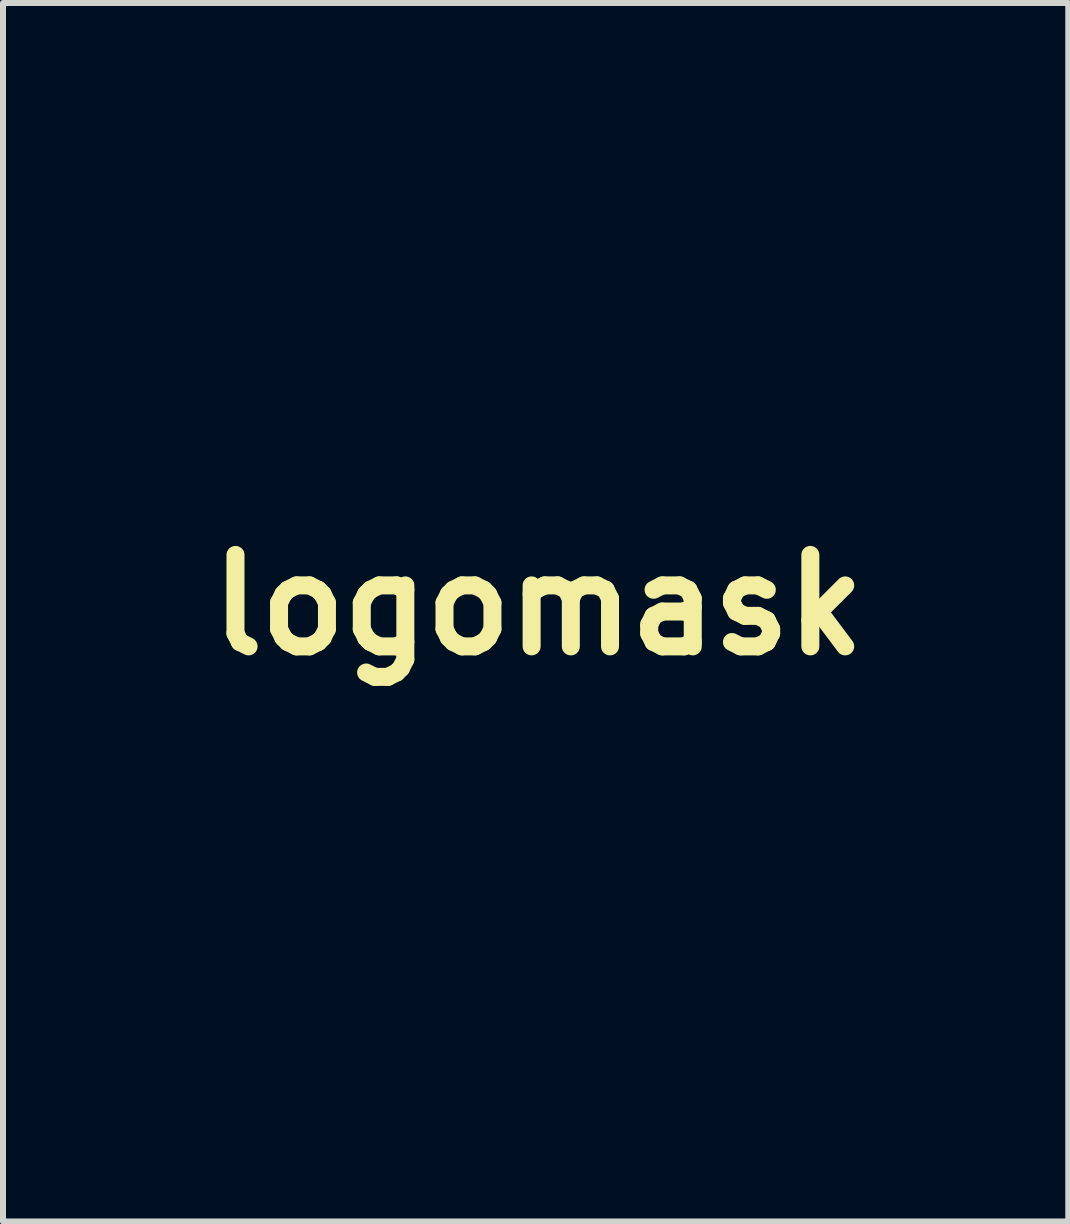
<source format=kicad_pcb>
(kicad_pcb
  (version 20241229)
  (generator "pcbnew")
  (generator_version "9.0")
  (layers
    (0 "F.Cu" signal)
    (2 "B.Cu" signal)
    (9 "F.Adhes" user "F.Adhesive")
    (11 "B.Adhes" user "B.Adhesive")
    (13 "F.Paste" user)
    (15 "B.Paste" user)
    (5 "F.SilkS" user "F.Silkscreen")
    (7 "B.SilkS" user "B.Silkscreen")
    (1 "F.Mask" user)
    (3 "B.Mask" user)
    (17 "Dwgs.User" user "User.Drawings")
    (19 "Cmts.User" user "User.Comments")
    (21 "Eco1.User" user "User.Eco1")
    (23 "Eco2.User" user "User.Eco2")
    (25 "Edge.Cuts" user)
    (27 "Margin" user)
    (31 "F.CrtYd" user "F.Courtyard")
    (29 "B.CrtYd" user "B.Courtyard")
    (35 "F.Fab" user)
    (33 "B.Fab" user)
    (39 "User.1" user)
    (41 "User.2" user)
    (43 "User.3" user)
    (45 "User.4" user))
  (footprint "logomask"
    (layer "F.Cu")
    (at 5.918 7.032)
    (property "Reference" "logomask" (at 0 0 0) (layer "F.SilkS") (effects (font (size 1.524 1.524) (thickness 0.3))))
    (attr through_hole)
    (fp_poly (pts (xy -5.673 -4.614) (xy -5.715 -4.572) (xy -5.757 -4.614) (xy -5.715 -4.657) (xy -5.673 -4.614)) (stroke (width 0.01) (type solid)) (fill yes) (layer "F.Mask"))
    (fp_poly (pts (xy -5.588 -4.784) (xy -5.63 -4.741) (xy -5.673 -4.784) (xy -5.63 -4.826) (xy -5.588 -4.784)) (stroke (width 0.01) (type solid)) (fill yes) (layer "F.Mask"))
    (fp_poly (pts (xy -5.249 -0.296) (xy -5.292 -0.254) (xy -5.334 -0.296) (xy -5.292 -0.339) (xy -5.249 -0.296)) (stroke (width 0.01) (type solid)) (fill yes) (layer "F.Mask"))
    (fp_poly (pts (xy -4.572 -1.058) (xy -4.614 -1.016) (xy -4.657 -1.058) (xy -4.614 -1.101) (xy -4.572 -1.058)) (stroke (width 0.01) (type solid)) (fill yes) (layer "F.Mask"))
    (fp_poly (pts (xy -3.81 4.53) (xy -3.852 4.572) (xy -3.895 4.53) (xy -3.852 4.487) (xy -3.81 4.53)) (stroke (width 0.01) (type solid)) (fill yes) (layer "F.Mask"))
    (fp_poly (pts (xy -3.725 4.699) (xy -3.768 4.741) (xy -3.81 4.699) (xy -3.768 4.657) (xy -3.725 4.699)) (stroke (width 0.01) (type solid)) (fill yes) (layer "F.Mask"))
    (fp_poly (pts (xy -1.439 3.598) (xy -1.482 3.641) (xy -1.524 3.598) (xy -1.482 3.556) (xy -1.439 3.598)) (stroke (width 0.01) (type solid)) (fill yes) (layer "F.Mask"))
    (fp_poly (pts (xy -0.762 -4.36) (xy -0.804 -4.318) (xy -0.847 -4.36) (xy -0.804 -4.403) (xy -0.762 -4.36)) (stroke (width 0.01) (type solid)) (fill yes) (layer "F.Mask"))
    (fp_poly (pts (xy -0.677 -4.191) (xy -0.72 -4.149) (xy -0.762 -4.191) (xy -0.72 -4.233) (xy -0.677 -4.191)) (stroke (width 0.01) (type solid)) (fill yes) (layer "F.Mask"))
    (fp_poly (pts (xy 0.085 3.26) (xy 0.042 3.302) (xy 0 3.26) (xy 0.042 3.217) (xy 0.085 3.26)) (stroke (width 0.01) (type solid)) (fill yes) (layer "F.Mask"))
    (fp_poly (pts (xy 0.169 -6.138) (xy 0.127 -6.096) (xy 0.085 -6.138) (xy 0.127 -6.181) (xy 0.169 -6.138)) (stroke (width 0.01) (type solid)) (fill yes) (layer "F.Mask"))
    (fp_poly (pts (xy 1.27 -2.159) (xy 1.228 -2.117) (xy 1.185 -2.159) (xy 1.228 -2.201) (xy 1.27 -2.159)) (stroke (width 0.01) (type solid)) (fill yes) (layer "F.Mask"))
    (fp_poly (pts (xy 1.439 -2.074) (xy 1.397 -2.032) (xy 1.355 -2.074) (xy 1.397 -2.117) (xy 1.439 -2.074)) (stroke (width 0.01) (type solid)) (fill yes) (layer "F.Mask"))
    (fp_poly (pts (xy 3.471 -0.127) (xy 3.429 -0.085) (xy 3.387 -0.127) (xy 3.429 -0.169) (xy 3.471 -0.127)) (stroke (width 0.01) (type solid)) (fill yes) (layer "F.Mask"))
    (fp_poly (pts (xy 3.641 -4.699) (xy 3.598 -4.657) (xy 3.556 -4.699) (xy 3.598 -4.741) (xy 3.641 -4.699)) (stroke (width 0.01) (type solid)) (fill yes) (layer "F.Mask"))
    (fp_poly (pts (xy 5.249 -0.296) (xy 5.207 -0.254) (xy 5.165 -0.296) (xy 5.207 -0.339) (xy 5.249 -0.296)) (stroke (width 0.01) (type solid)) (fill yes) (layer "F.Mask"))
    (fp_poly (pts (xy -5.871 -4.17) (xy -5.859 -3.996) (xy -5.871 -3.958) (xy -5.901 -3.948) (xy -5.913 -4.064) (xy -5.9 -4.184) (xy -5.871 -4.17)) (stroke (width 0.01) (type solid)) (fill yes) (layer "F.Mask"))
    (fp_poly (pts (xy -5.871 -3.239) (xy -5.859 -3.065) (xy -5.871 -3.027) (xy -5.901 -3.016) (xy -5.913 -3.133) (xy -5.9 -3.253) (xy -5.871 -3.239)) (stroke (width 0.01) (type solid)) (fill yes) (layer "F.Mask"))
    (fp_poly (pts (xy -5.786 -4.459) (xy -5.775 -4.359) (xy -5.786 -4.346) (xy -5.836 -4.358) (xy -5.842 -4.403) (xy -5.811 -4.472) (xy -5.786 -4.459)) (stroke (width 0.01) (type solid)) (fill yes) (layer "F.Mask"))
    (fp_poly (pts (xy -5.786 1.298) (xy -5.775 1.399) (xy -5.786 1.411) (xy -5.836 1.399) (xy -5.842 1.355) (xy -5.811 1.285) (xy -5.786 1.298)) (stroke (width 0.01) (type solid)) (fill yes) (layer "F.Mask"))
    (fp_poly (pts (xy -5.701 1.552) (xy -5.691 1.653) (xy -5.701 1.665) (xy -5.751 1.653) (xy -5.757 1.609) (xy -5.726 1.539) (xy -5.701 1.552)) (stroke (width 0.01) (type solid)) (fill yes) (layer "F.Mask"))
    (fp_poly (pts (xy -5.362 -0.141) (xy -5.352 -0.041) (xy -5.362 -0.028) (xy -5.413 -0.04) (xy -5.419 -0.085) (xy -5.388 -0.154) (xy -5.362 -0.141)) (stroke (width 0.01) (type solid)) (fill yes) (layer "F.Mask"))
    (fp_poly (pts (xy -5.361 1.085) (xy -5.351 1.217) (xy -5.368 1.247) (xy -5.406 1.222) (xy -5.412 1.136) (xy -5.391 1.046) (xy -5.361 1.085)) (stroke (width 0.01) (type solid)) (fill yes) (layer "F.Mask"))
    (fp_poly (pts (xy -4.855 0.572) (xy -4.843 0.745) (xy -4.855 0.783) (xy -4.885 0.794) (xy -4.897 0.677) (xy -4.884 0.557) (xy -4.855 0.572)) (stroke (width 0.01) (type solid)) (fill yes) (layer "F.Mask"))
    (fp_poly (pts (xy -4.77 1.044) (xy -4.759 1.145) (xy -4.77 1.157) (xy -4.82 1.145) (xy -4.826 1.101) (xy -4.795 1.031) (xy -4.77 1.044)) (stroke (width 0.01) (type solid)) (fill yes) (layer "F.Mask"))
    (fp_poly (pts (xy -4.764 -1.152) (xy -4.79 -1.113) (xy -4.875 -1.107) (xy -4.966 -1.128) (xy -4.927 -1.159) (xy -4.794 -1.169) (xy -4.764 -1.152)) (stroke (width 0.01) (type solid)) (fill yes) (layer "F.Mask"))
    (fp_poly (pts (xy -4.6 -1.326) (xy -4.59 -1.226) (xy -4.6 -1.214) (xy -4.651 -1.225) (xy -4.657 -1.27) (xy -4.626 -1.34) (xy -4.6 -1.326)) (stroke (width 0.01) (type solid)) (fill yes) (layer "F.Mask"))
    (fp_poly (pts (xy -4.262 -3.747) (xy -4.251 -3.573) (xy -4.262 -3.535) (xy -4.293 -3.524) (xy -4.305 -3.641) (xy -4.291 -3.761) (xy -4.262 -3.747)) (stroke (width 0.01) (type solid)) (fill yes) (layer "F.Mask"))
    (fp_poly (pts (xy -4.262 3.111) (xy -4.251 3.285) (xy -4.262 3.323) (xy -4.293 3.334) (xy -4.305 3.217) (xy -4.291 3.097) (xy -4.262 3.111)) (stroke (width 0.01) (type solid)) (fill yes) (layer "F.Mask"))
    (fp_poly (pts (xy -4.177 3.5) (xy -4.167 3.6) (xy -4.177 3.612) (xy -4.227 3.601) (xy -4.233 3.556) (xy -4.202 3.486) (xy -4.177 3.5)) (stroke (width 0.01) (type solid)) (fill yes) (layer "F.Mask"))
    (fp_poly (pts (xy -4.092 -5.983) (xy -4.104 -5.933) (xy -4.149 -5.927) (xy -4.218 -5.958) (xy -4.205 -5.983) (xy -4.105 -5.993) (xy -4.092 -5.983)) (stroke (width 0.01) (type solid)) (fill yes) (layer "F.Mask"))
    (fp_poly (pts (xy -4.091 3.794) (xy -4.081 3.926) (xy -4.098 3.956) (xy -4.136 3.931) (xy -4.142 3.845) (xy -4.121 3.755) (xy -4.091 3.794)) (stroke (width 0.01) (type solid)) (fill yes) (layer "F.Mask"))
    (fp_poly (pts (xy -3.837 2.947) (xy -3.827 3.08) (xy -3.844 3.11) (xy -3.882 3.084) (xy -3.888 2.999) (xy -3.867 2.908) (xy -3.837 2.947)) (stroke (width 0.01) (type solid)) (fill yes) (layer "F.Mask"))
    (fp_poly (pts (xy -3.752 3.286) (xy -3.742 3.418) (xy -3.759 3.448) (xy -3.797 3.423) (xy -3.803 3.337) (xy -3.783 3.247) (xy -3.752 3.286)) (stroke (width 0.01) (type solid)) (fill yes) (layer "F.Mask"))
    (fp_poly (pts (xy -3.331 0.572) (xy -3.319 0.745) (xy -3.331 0.783) (xy -3.361 0.794) (xy -3.373 0.677) (xy -3.36 0.557) (xy -3.331 0.572)) (stroke (width 0.01) (type solid)) (fill yes) (layer "F.Mask"))
    (fp_poly (pts (xy -3.246 0.282) (xy -3.235 0.383) (xy -3.246 0.395) (xy -3.296 0.383) (xy -3.302 0.339) (xy -3.271 0.269) (xy -3.246 0.282)) (stroke (width 0.01) (type solid)) (fill yes) (layer "F.Mask"))
    (fp_poly (pts (xy -2.265 -0.733) (xy -2.254 -0.703) (xy -2.371 -0.691) (xy -2.491 -0.704) (xy -2.477 -0.733) (xy -2.303 -0.745) (xy -2.265 -0.733)) (stroke (width 0.01) (type solid)) (fill yes) (layer "F.Mask"))
    (fp_poly (pts (xy -1.214 3.5) (xy -1.225 3.55) (xy -1.27 3.556) (xy -1.34 3.525) (xy -1.326 3.5) (xy -1.226 3.489) (xy -1.214 3.5)) (stroke (width 0.01) (type solid)) (fill yes) (layer "F.Mask"))
    (fp_poly (pts (xy -0.96 3.415) (xy -0.971 3.465) (xy -1.016 3.471) (xy -1.086 3.44) (xy -1.072 3.415) (xy -0.972 3.405) (xy -0.96 3.415)) (stroke (width 0.01) (type solid)) (fill yes) (layer "F.Mask"))
    (fp_poly (pts (xy -0.875 7.14) (xy -0.887 7.191) (xy -0.931 7.197) (xy -1.001 7.166) (xy -0.988 7.14) (xy -0.887 7.13) (xy -0.875 7.14)) (stroke (width 0.01) (type solid)) (fill yes) (layer "F.Mask"))
    (fp_poly (pts (xy -0.789 1.423) (xy -0.779 1.556) (xy -0.796 1.586) (xy -0.834 1.56) (xy -0.84 1.475) (xy -0.819 1.384) (xy -0.789 1.423)) (stroke (width 0.01) (type solid)) (fill yes) (layer "F.Mask"))
    (fp_poly (pts (xy -0.706 1.757) (xy -0.695 1.93) (xy -0.706 1.968) (xy -0.737 1.979) (xy -0.749 1.863) (xy -0.735 1.742) (xy -0.706 1.757)) (stroke (width 0.01) (type solid)) (fill yes) (layer "F.Mask"))
    (fp_poly (pts (xy -0.619 -3.995) (xy -0.609 -3.863) (xy -0.626 -3.833) (xy -0.665 -3.858) (xy -0.671 -3.944) (xy -0.65 -4.034) (xy -0.619 -3.995)) (stroke (width 0.01) (type solid)) (fill yes) (layer "F.Mask"))
    (fp_poly (pts (xy -0.487 7.225) (xy -0.476 7.256) (xy -0.593 7.268) (xy -0.713 7.255) (xy -0.699 7.225) (xy -0.525 7.214) (xy -0.487 7.225)) (stroke (width 0.01) (type solid)) (fill yes) (layer "F.Mask"))
    (fp_poly (pts (xy 0.614 7.225) (xy 0.624 7.256) (xy 0.508 7.268) (xy 0.388 7.255) (xy 0.402 7.225) (xy 0.576 7.214) (xy 0.614 7.225)) (stroke (width 0.01) (type solid)) (fill yes) (layer "F.Mask"))
    (fp_poly (pts (xy 0.654 6.722) (xy 0.629 6.761) (xy 0.543 6.767) (xy 0.453 6.746) (xy 0.492 6.715) (xy 0.624 6.705) (xy 0.654 6.722)) (stroke (width 0.01) (type solid)) (fill yes) (layer "F.Mask"))
    (fp_poly (pts (xy 0.903 7.14) (xy 0.891 7.191) (xy 0.847 7.197) (xy 0.777 7.166) (xy 0.79 7.14) (xy 0.891 7.13) (xy 0.903 7.14)) (stroke (width 0.01) (type solid)) (fill yes) (layer "F.Mask"))
    (fp_poly (pts (xy 1.247 3.42) (xy 1.222 3.459) (xy 1.136 3.465) (xy 1.046 3.444) (xy 1.085 3.413) (xy 1.217 3.403) (xy 1.247 3.42)) (stroke (width 0.01) (type solid)) (fill yes) (layer "F.Mask"))
    (fp_poly (pts (xy 1.665 -2.004) (xy 1.653 -1.953) (xy 1.609 -1.947) (xy 1.539 -1.978) (xy 1.552 -2.004) (xy 1.653 -2.014) (xy 1.665 -2.004)) (stroke (width 0.01) (type solid)) (fill yes) (layer "F.Mask"))
    (fp_poly (pts (xy 2.596 -5.56) (xy 2.585 -5.509) (xy 2.54 -5.503) (xy 2.47 -5.534) (xy 2.484 -5.56) (xy 2.584 -5.57) (xy 2.596 -5.56)) (stroke (width 0.01) (type solid)) (fill yes) (layer "F.Mask"))
    (fp_poly (pts (xy 2.686 -0.813) (xy 2.661 -0.775) (xy 2.575 -0.769) (xy 2.485 -0.789) (xy 2.524 -0.82) (xy 2.656 -0.83) (xy 2.686 -0.813)) (stroke (width 0.01) (type solid)) (fill yes) (layer "F.Mask"))
    (fp_poly (pts (xy 3.527 0.572) (xy 3.539 0.745) (xy 3.527 0.783) (xy 3.497 0.794) (xy 3.485 0.677) (xy 3.498 0.557) (xy 3.527 0.572)) (stroke (width 0.01) (type solid)) (fill yes) (layer "F.Mask"))
    (fp_poly (pts (xy 3.528 3.838) (xy 3.538 3.939) (xy 3.528 3.951) (xy 3.477 3.939) (xy 3.471 3.895) (xy 3.502 3.825) (xy 3.528 3.838)) (stroke (width 0.01) (type solid)) (fill yes) (layer "F.Mask"))
    (fp_poly (pts (xy 3.529 0.069) (xy 3.539 0.201) (xy 3.522 0.231) (xy 3.484 0.206) (xy 3.478 0.12) (xy 3.499 0.03) (xy 3.529 0.069)) (stroke (width 0.01) (type solid)) (fill yes) (layer "F.Mask"))
    (fp_poly (pts (xy 3.612 3.584) (xy 3.623 3.685) (xy 3.612 3.697) (xy 3.562 3.685) (xy 3.556 3.641) (xy 3.587 3.571) (xy 3.612 3.584)) (stroke (width 0.01) (type solid)) (fill yes) (layer "F.Mask"))
    (fp_poly (pts (xy 3.699 3.286) (xy 3.709 3.418) (xy 3.692 3.448) (xy 3.653 3.423) (xy 3.647 3.337) (xy 3.668 3.247) (xy 3.699 3.286)) (stroke (width 0.01) (type solid)) (fill yes) (layer "F.Mask"))
    (fp_poly (pts (xy 3.783 2.947) (xy 3.793 3.08) (xy 3.776 3.11) (xy 3.738 3.084) (xy 3.732 2.999) (xy 3.753 2.908) (xy 3.783 2.947)) (stroke (width 0.01) (type solid)) (fill yes) (layer "F.Mask"))
    (fp_poly (pts (xy 3.831 -1.834) (xy 3.842 -1.803) (xy 3.725 -1.791) (xy 3.605 -1.805) (xy 3.619 -1.834) (xy 3.793 -1.845) (xy 3.831 -1.834)) (stroke (width 0.01) (type solid)) (fill yes) (layer "F.Mask"))
    (fp_poly (pts (xy 3.953 -0.693) (xy 3.963 -0.561) (xy 3.946 -0.531) (xy 3.907 -0.556) (xy 3.901 -0.642) (xy 3.922 -0.732) (xy 3.953 -0.693)) (stroke (width 0.01) (type solid)) (fill yes) (layer "F.Mask"))
    (fp_poly (pts (xy 4.12 3.5) (xy 4.131 3.6) (xy 4.12 3.612) (xy 4.07 3.601) (xy 4.064 3.556) (xy 4.095 3.486) (xy 4.12 3.5)) (stroke (width 0.01) (type solid)) (fill yes) (layer "F.Mask"))
    (fp_poly (pts (xy 4.205 3.111) (xy 4.216 3.285) (xy 4.205 3.323) (xy 4.174 3.334) (xy 4.162 3.217) (xy 4.175 3.097) (xy 4.205 3.111)) (stroke (width 0.01) (type solid)) (fill yes) (layer "F.Mask"))
    (fp_poly (pts (xy 4.715 0.661) (xy 4.725 0.794) (xy 4.708 0.824) (xy 4.669 0.798) (xy 4.663 0.713) (xy 4.684 0.622) (xy 4.715 0.661)) (stroke (width 0.01) (type solid)) (fill yes) (layer "F.Mask"))
    (fp_poly (pts (xy 4.888 -1.152) (xy 4.862 -1.113) (xy 4.777 -1.107) (xy 4.686 -1.128) (xy 4.725 -1.159) (xy 4.858 -1.169) (xy 4.888 -1.152)) (stroke (width 0.01) (type solid)) (fill yes) (layer "F.Mask"))
    (fp_poly (pts (xy 5.306 -0.141) (xy 5.316 -0.041) (xy 5.306 -0.028) (xy 5.255 -0.04) (xy 5.249 -0.085) (xy 5.28 -0.154) (xy 5.306 -0.141)) (stroke (width 0.01) (type solid)) (fill yes) (layer "F.Mask"))
    (fp_poly (pts (xy 5.307 1.085) (xy 5.317 1.217) (xy 5.3 1.247) (xy 5.262 1.222) (xy 5.256 1.136) (xy 5.277 1.046) (xy 5.307 1.085)) (stroke (width 0.01) (type solid)) (fill yes) (layer "F.Mask"))
    (fp_poly (pts (xy 5.644 1.552) (xy 5.655 1.653) (xy 5.644 1.665) (xy 5.594 1.653) (xy 5.588 1.609) (xy 5.619 1.539) (xy 5.644 1.552)) (stroke (width 0.01) (type solid)) (fill yes) (layer "F.Mask"))
    (fp_poly (pts (xy 5.729 1.298) (xy 5.739 1.399) (xy 5.729 1.411) (xy 5.679 1.399) (xy 5.673 1.355) (xy 5.704 1.285) (xy 5.729 1.298)) (stroke (width 0.01) (type solid)) (fill yes) (layer "F.Mask"))
    (fp_poly (pts (xy -5.591 1.84) (xy -5.559 1.901) (xy -5.537 2.021) (xy -5.594 1.997) (xy -5.634 1.942) (xy -5.66 1.831) (xy -5.649 1.811) (xy -5.591 1.84)) (stroke (width 0.01) (type solid)) (fill yes) (layer "F.Mask"))
    (fp_poly (pts (xy -5.186 -1.744) (xy -5.026 -1.594) (xy -5.003 -1.528) (xy -5.025 -1.524) (xy -5.094 -1.581) (xy -5.215 -1.714) (xy -5.376 -1.905) (xy -5.186 -1.744)) (stroke (width 0.01) (type solid)) (fill yes) (layer "F.Mask"))
    (fp_poly (pts (xy -4.839 -1.49) (xy -4.749 -1.411) (xy -4.741 -1.392) (xy -4.782 -1.357) (xy -4.865 -1.435) (xy -4.876 -1.452) (xy -4.886 -1.51) (xy -4.839 -1.49)) (stroke (width 0.01) (type solid)) (fill yes) (layer "F.Mask"))
    (fp_poly (pts (xy -3.969 4.176) (xy -3.913 4.316) (xy -3.919 4.37) (xy -3.977 4.34) (xy -4.011 4.272) (xy -4.059 4.112) (xy -4.039 4.08) (xy -3.969 4.176)) (stroke (width 0.01) (type solid)) (fill yes) (layer "F.Mask"))
    (fp_poly (pts (xy -3.461 4.176) (xy -3.405 4.316) (xy -3.411 4.37) (xy -3.469 4.34) (xy -3.503 4.272) (xy -3.551 4.112) (xy -3.531 4.08) (xy -3.461 4.176)) (stroke (width 0.01) (type solid)) (fill yes) (layer "F.Mask"))
    (fp_poly (pts (xy -3.305 1.247) (xy -3.273 1.309) (xy -3.251 1.428) (xy -3.308 1.405) (xy -3.348 1.349) (xy -3.374 1.238) (xy -3.363 1.218) (xy -3.305 1.247)) (stroke (width 0.01) (type solid)) (fill yes) (layer "F.Mask"))
    (fp_poly (pts (xy -2.985 2.744) (xy -2.825 2.894) (xy -2.801 2.959) (xy -2.823 2.963) (xy -2.892 2.906) (xy -3.014 2.773) (xy -3.175 2.582) (xy -2.985 2.744)) (stroke (width 0.01) (type solid)) (fill yes) (layer "F.Mask"))
    (fp_poly (pts (xy -2.54 3.023) (xy -2.393 3.08) (xy -2.395 3.122) (xy -2.493 3.133) (xy -2.633 3.086) (xy -2.662 3.056) (xy -2.635 3.013) (xy -2.54 3.023)) (stroke (width 0.01) (type solid)) (fill yes) (layer "F.Mask"))
    (fp_poly (pts (xy -2.045 4.522) (xy -1.955 4.6) (xy -1.947 4.619) (xy -1.988 4.654) (xy -2.071 4.576) (xy -2.082 4.559) (xy -2.092 4.501) (xy -2.045 4.522)) (stroke (width 0.01) (type solid)) (fill yes) (layer "F.Mask"))
    (fp_poly (pts (xy -0.013 -6.4) (xy 0.078 -6.315) (xy 0.059 -6.266) (xy 0.047 -6.265) (xy -0.024 -6.325) (xy -0.05 -6.363) (xy -0.06 -6.421) (xy -0.013 -6.4)) (stroke (width 0.01) (type solid)) (fill yes) (layer "F.Mask"))
    (fp_poly (pts (xy 0.264 -5.899) (xy 0.32 -5.759) (xy 0.315 -5.705) (xy 0.257 -5.735) (xy 0.222 -5.803) (xy 0.174 -5.964) (xy 0.194 -5.996) (xy 0.264 -5.899)) (stroke (width 0.01) (type solid)) (fill yes) (layer "F.Mask"))
    (fp_poly (pts (xy 1.159 -0.463) (xy 1.111 -0.401) (xy 1.04 -0.347) (xy 1.058 -0.432) (xy 1.064 -0.448) (xy 1.131 -0.552) (xy 1.169 -0.553) (xy 1.159 -0.463)) (stroke (width 0.01) (type solid)) (fill yes) (layer "F.Mask"))
    (fp_poly (pts (xy 1.484 -0.746) (xy 1.458 -0.683) (xy 1.379 -0.64) (xy 1.281 -0.615) (xy 1.321 -0.677) (xy 1.332 -0.688) (xy 1.443 -0.755) (xy 1.484 -0.746)) (stroke (width 0.01) (type solid)) (fill yes) (layer "F.Mask"))
    (fp_poly (pts (xy -5.872 -0.076) (xy -5.868 -0.062) (xy -5.856 0.123) (xy -5.871 0.192) (xy -5.899 0.195) (xy -5.91 0.062) (xy -5.91 0.042) (xy -5.898 -0.089) (xy -5.872 -0.076)) (stroke (width 0.01) (type solid)) (fill yes) (layer "F.Mask"))
    (fp_poly (pts (xy -5.868 0.783) (xy -5.855 0.998) (xy -5.868 1.079) (xy -5.893 1.106) (xy -5.906 0.989) (xy -5.907 0.931) (xy -5.898 0.777) (xy -5.876 0.759) (xy -5.868 0.783)) (stroke (width 0.01) (type solid)) (fill yes) (layer "F.Mask"))
    (fp_poly (pts (xy -5.623 -0.631) (xy -5.679 -0.508) (xy -5.781 -0.31) (xy -5.831 -0.255) (xy -5.842 -0.308) (xy -5.794 -0.433) (xy -5.71 -0.555) (xy -5.623 -0.659) (xy -5.623 -0.631)) (stroke (width 0.01) (type solid)) (fill yes) (layer "F.Mask"))
    (fp_poly (pts (xy -5.445 -5.025) (xy -5.461 -4.995) (xy -5.541 -4.914) (xy -5.556 -4.911) (xy -5.561 -4.965) (xy -5.546 -4.995) (xy -5.466 -5.076) (xy -5.451 -5.08) (xy -5.445 -5.025)) (stroke (width 0.01) (type solid)) (fill yes) (layer "F.Mask"))
    (fp_poly (pts (xy -5.443 0.275) (xy -5.429 0.549) (xy -5.443 0.741) (xy -5.461 0.793) (xy -5.474 0.697) (xy -5.478 0.508) (xy -5.473 0.299) (xy -5.459 0.221) (xy -5.443 0.275)) (stroke (width 0.01) (type solid)) (fill yes) (layer "F.Mask"))
    (fp_poly (pts (xy -5.085 -1.096) (xy -5.104 -1.067) (xy -5.224 -0.99) (xy -5.376 -0.901) (xy -5.63 -0.752) (xy -5.43 -0.926) (xy -5.263 -1.049) (xy -5.141 -1.101) (xy -5.085 -1.096)) (stroke (width 0.01) (type solid)) (fill yes) (layer "F.Mask"))
    (fp_poly (pts (xy -4.345 -5.889) (xy -4.403 -5.842) (xy -4.557 -5.77) (xy -4.614 -5.76) (xy -4.629 -5.795) (xy -4.572 -5.842) (xy -4.418 -5.914) (xy -4.36 -5.924) (xy -4.345 -5.889)) (stroke (width 0.01) (type solid)) (fill yes) (layer "F.Mask"))
    (fp_poly (pts (xy -4.264 0.94) (xy -4.259 0.954) (xy -4.247 1.139) (xy -4.262 1.208) (xy -4.29 1.211) (xy -4.302 1.078) (xy -4.301 1.058) (xy -4.289 0.927) (xy -4.264 0.94)) (stroke (width 0.01) (type solid)) (fill yes) (layer "F.Mask"))
    (fp_poly (pts (xy -4.257 -3.027) (xy -4.243 -2.753) (xy -4.257 -2.561) (xy -4.276 -2.509) (xy -4.289 -2.605) (xy -4.293 -2.794) (xy -4.287 -3.003) (xy -4.274 -3.081) (xy -4.257 -3.027)) (stroke (width 0.01) (type solid)) (fill yes) (layer "F.Mask"))
    (fp_poly (pts (xy -4.173 -2.052) (xy -4.16 -1.832) (xy -4.175 -1.714) (xy -4.198 -1.694) (xy -4.211 -1.815) (xy -4.212 -1.905) (xy -4.204 -2.069) (xy -4.185 -2.094) (xy -4.173 -2.052)) (stroke (width 0.01) (type solid)) (fill yes) (layer "F.Mask"))
    (fp_poly (pts (xy -4.089 -1.291) (xy -4.075 -1.044) (xy -4.089 -0.91) (xy -4.11 -0.87) (xy -4.123 -0.976) (xy -4.126 -1.101) (xy -4.119 -1.284) (xy -4.102 -1.334) (xy -4.089 -1.291)) (stroke (width 0.01) (type solid)) (fill yes) (layer "F.Mask"))
    (fp_poly (pts (xy -3.633 3.716) (xy -3.584 3.88) (xy -3.586 3.953) (xy -3.639 3.917) (xy -3.673 3.849) (xy -3.717 3.673) (xy -3.72 3.613) (xy -3.691 3.604) (xy -3.633 3.716)) (stroke (width 0.01) (type solid)) (fill yes) (layer "F.Mask"))
    (fp_poly (pts (xy -3.365 -6.071) (xy -3.325 -6.05) (xy -3.432 -6.037) (xy -3.556 -6.034) (xy -3.739 -6.041) (xy -3.789 -6.058) (xy -3.747 -6.071) (xy -3.5 -6.085) (xy -3.365 -6.071)) (stroke (width 0.01) (type solid)) (fill yes) (layer "F.Mask"))
    (fp_poly (pts (xy -3.061 -0.174) (xy -3.109 -0.017) (xy -3.133 0.042) (xy -3.19 0.138) (xy -3.21 0.085) (xy -3.17 -0.096) (xy -3.133 -0.169) (xy -3.069 -0.236) (xy -3.061 -0.174)) (stroke (width 0.01) (type solid)) (fill yes) (layer "F.Mask"))
    (fp_poly (pts (xy -2.771 -4.966) (xy -2.768 -4.938) (xy -2.901 -4.927) (xy -2.921 -4.927) (xy -3.052 -4.939) (xy -3.04 -4.965) (xy -3.025 -4.969) (xy -2.841 -4.982) (xy -2.771 -4.966)) (stroke (width 0.01) (type solid)) (fill yes) (layer "F.Mask"))
    (fp_poly (pts (xy -2.678 -0.673) (xy -2.713 -0.604) (xy -2.848 -0.488) (xy -2.866 -0.475) (xy -3.09 -0.314) (xy -2.902 -0.512) (xy -2.764 -0.637) (xy -2.681 -0.675) (xy -2.678 -0.673)) (stroke (width 0.01) (type solid)) (fill yes) (layer "F.Mask"))
    (fp_poly (pts (xy -1.925 3.162) (xy -1.922 3.19) (xy -2.054 3.201) (xy -2.074 3.201) (xy -2.206 3.189) (xy -2.193 3.163) (xy -2.179 3.159) (xy -1.994 3.146) (xy -1.925 3.162)) (stroke (width 0.01) (type solid)) (fill yes) (layer "F.Mask"))
    (fp_poly (pts (xy -1.757 6.736) (xy -1.597 6.842) (xy -1.524 6.908) (xy -1.524 6.91) (xy -1.56 6.938) (xy -1.682 6.859) (xy -1.79 6.768) (xy -1.99 6.594) (xy -1.757 6.736)) (stroke (width 0.01) (type solid)) (fill yes) (layer "F.Mask"))
    (fp_poly (pts (xy -1.258 6.987) (xy -1.185 7.027) (xy -1.118 7.094) (xy -1.143 7.109) (xy -1.282 7.067) (xy -1.355 7.027) (xy -1.422 6.96) (xy -1.397 6.945) (xy -1.258 6.987)) (stroke (width 0.01) (type solid)) (fill yes) (layer "F.Mask"))
    (fp_poly (pts (xy -1.216 -4.225) (xy -1.211 -4.211) (xy -1.199 -4.026) (xy -1.214 -3.957) (xy -1.242 -3.954) (xy -1.254 -4.086) (xy -1.253 -4.106) (xy -1.241 -4.238) (xy -1.216 -4.225)) (stroke (width 0.01) (type solid)) (fill yes) (layer "F.Mask"))
    (fp_poly (pts (xy -0.485 3.331) (xy -0.482 3.359) (xy -0.615 3.37) (xy -0.635 3.37) (xy -0.766 3.358) (xy -0.754 3.332) (xy -0.739 3.328) (xy -0.555 3.316) (xy -0.485 3.331)) (stroke (width 0.01) (type solid)) (fill yes) (layer "F.Mask"))
    (fp_poly (pts (xy -0.119 1.994) (xy -0.176 2.117) (xy -0.277 2.314) (xy -0.327 2.369) (xy -0.339 2.316) (xy -0.29 2.192) (xy -0.207 2.069) (xy -0.119 1.965) (xy -0.119 1.994)) (stroke (width 0.01) (type solid)) (fill yes) (layer "F.Mask"))
    (fp_poly (pts (xy 0.192 6.798) (xy 0.226 6.818) (xy 0.115 6.831) (xy -0.042 6.834) (xy -0.234 6.827) (xy -0.291 6.812) (xy -0.232 6.797) (xy 0.019 6.783) (xy 0.192 6.798)) (stroke (width 0.01) (type solid)) (fill yes) (layer "F.Mask"))
    (fp_poly (pts (xy 0.869 3.331) (xy 0.872 3.359) (xy 0.74 3.37) (xy 0.72 3.37) (xy 0.588 3.358) (xy 0.601 3.332) (xy 0.615 3.328) (xy 0.8 3.316) (xy 0.869 3.331)) (stroke (width 0.01) (type solid)) (fill yes) (layer "F.Mask"))
    (fp_poly (pts (xy 0.954 -5.644) (xy 0.957 -5.616) (xy 0.824 -5.604) (xy 0.804 -5.605) (xy 0.673 -5.617) (xy 0.686 -5.642) (xy 0.7 -5.647) (xy 0.885 -5.659) (xy 0.954 -5.644)) (stroke (width 0.01) (type solid)) (fill yes) (layer "F.Mask"))
    (fp_poly (pts (xy 1.003 -0.174) (xy 0.955 -0.017) (xy 0.931 0.042) (xy 0.874 0.138) (xy 0.854 0.085) (xy 0.894 -0.096) (xy 0.931 -0.169) (xy 0.995 -0.236) (xy 1.003 -0.174)) (stroke (width 0.01) (type solid)) (fill yes) (layer "F.Mask"))
    (fp_poly (pts (xy 1.836 6.659) (xy 1.82 6.689) (xy 1.741 6.77) (xy 1.726 6.773) (xy 1.72 6.719) (xy 1.736 6.689) (xy 1.815 6.608) (xy 1.83 6.604) (xy 1.836 6.659)) (stroke (width 0.01) (type solid)) (fill yes) (layer "F.Mask"))
    (fp_poly (pts (xy 1.97 -0.818) (xy 1.973 -0.79) (xy 1.84 -0.778) (xy 1.82 -0.779) (xy 1.689 -0.791) (xy 1.702 -0.816) (xy 1.716 -0.821) (xy 1.901 -0.833) (xy 1.97 -0.818)) (stroke (width 0.01) (type solid)) (fill yes) (layer "F.Mask"))
    (fp_poly (pts (xy 2.265 -5.646) (xy 2.291 -5.622) (xy 2.174 -5.608) (xy 2.117 -5.608) (xy 1.963 -5.616) (xy 1.944 -5.638) (xy 1.968 -5.646) (xy 2.183 -5.66) (xy 2.265 -5.646)) (stroke (width 0.01) (type solid)) (fill yes) (layer "F.Mask"))
    (fp_poly (pts (xy 2.269 4.307) (xy 2.264 4.493) (xy 2.223 4.584) (xy 2.18 4.572) (xy 2.186 4.418) (xy 2.191 4.384) (xy 2.224 4.216) (xy 2.248 4.206) (xy 2.269 4.307)) (stroke (width 0.01) (type solid)) (fill yes) (layer "F.Mask"))
    (fp_poly (pts (xy 3.445 5.135) (xy 3.429 5.165) (xy 3.349 5.246) (xy 3.334 5.249) (xy 3.329 5.195) (xy 3.344 5.165) (xy 3.424 5.084) (xy 3.439 5.08) (xy 3.445 5.135)) (stroke (width 0.01) (type solid)) (fill yes) (layer "F.Mask"))
    (fp_poly (pts (xy 3.688 4.719) (xy 3.641 4.826) (xy 3.553 4.959) (xy 3.508 4.995) (xy 3.508 4.933) (xy 3.556 4.826) (xy 3.643 4.693) (xy 3.689 4.657) (xy 3.688 4.719)) (stroke (width 0.01) (type solid)) (fill yes) (layer "F.Mask"))
    (fp_poly (pts (xy 3.868 -3.873) (xy 3.882 -3.659) (xy 3.868 -3.577) (xy 3.844 -3.551) (xy 3.83 -3.668) (xy 3.83 -3.725) (xy 3.838 -3.879) (xy 3.86 -3.898) (xy 3.868 -3.873)) (stroke (width 0.01) (type solid)) (fill yes) (layer "F.Mask"))
    (fp_poly (pts (xy 3.892 4.276) (xy 3.85 4.415) (xy 3.81 4.487) (xy 3.743 4.555) (xy 3.728 4.53) (xy 3.77 4.391) (xy 3.81 4.318) (xy 3.877 4.25) (xy 3.892 4.276)) (stroke (width 0.01) (type solid)) (fill yes) (layer "F.Mask"))
    (fp_poly (pts (xy 4.039 -1.714) (xy 4.053 -1.468) (xy 4.039 -1.333) (xy 4.018 -1.293) (xy 4.005 -1.4) (xy 4.002 -1.524) (xy 4.009 -1.707) (xy 4.026 -1.757) (xy 4.039 -1.714)) (stroke (width 0.01) (type solid)) (fill yes) (layer "F.Mask"))
    (fp_poly (pts (xy 4.057 3.81) (xy 4.017 3.991) (xy 3.979 4.064) (xy 3.914 4.132) (xy 3.902 4.106) (xy 3.93 3.97) (xy 3.984 3.842) (xy 4.035 3.775) (xy 4.057 3.81)) (stroke (width 0.01) (type solid)) (fill yes) (layer "F.Mask"))
    (fp_poly (pts (xy 4.118 0.855) (xy 4.123 0.869) (xy 4.135 1.054) (xy 4.12 1.123) (xy 4.092 1.126) (xy 4.08 0.994) (xy 4.081 0.974) (xy 4.093 0.842) (xy 4.118 0.855)) (stroke (width 0.01) (type solid)) (fill yes) (layer "F.Mask"))
    (fp_poly (pts (xy 5.395 0.276) (xy 5.409 0.527) (xy 5.394 0.7) (xy 5.374 0.734) (xy 5.361 0.623) (xy 5.358 0.466) (xy 5.365 0.274) (xy 5.38 0.217) (xy 5.395 0.276)) (stroke (width 0.01) (type solid)) (fill yes) (layer "F.Mask"))
    (fp_poly (pts (xy 5.629 -0.555) (xy 5.728 -0.403) (xy 5.757 -0.322) (xy 5.734 -0.257) (xy 5.665 -0.348) (xy 5.6 -0.487) (xy 5.539 -0.638) (xy 5.553 -0.649) (xy 5.629 -0.555)) (stroke (width 0.01) (type solid)) (fill yes) (layer "F.Mask"))
    (fp_poly (pts (xy 5.812 -0.076) (xy 5.816 -0.062) (xy 5.828 0.123) (xy 5.813 0.192) (xy 5.785 0.195) (xy 5.774 0.062) (xy 5.774 0.042) (xy 5.786 -0.089) (xy 5.812 -0.076)) (stroke (width 0.01) (type solid)) (fill yes) (layer "F.Mask"))
    (fp_poly (pts (xy 5.812 0.855) (xy 5.816 0.869) (xy 5.828 1.054) (xy 5.813 1.123) (xy 5.785 1.126) (xy 5.774 0.994) (xy 5.774 0.974) (xy 5.786 0.842) (xy 5.812 0.855)) (stroke (width 0.01) (type solid)) (fill yes) (layer "F.Mask"))
    (fp_poly (pts (xy -5.228 2.366) (xy -5.048 2.537) (xy -4.933 2.654) (xy -4.911 2.684) (xy -4.934 2.705) (xy -5.018 2.639) (xy -5.184 2.468) (xy -5.254 2.392) (xy -5.546 2.074) (xy -5.228 2.366)) (stroke (width 0.01) (type solid)) (fill yes) (layer "F.Mask"))
    (fp_poly (pts (xy -4.657 2.762) (xy -4.464 2.829) (xy -4.365 2.888) (xy -4.314 2.951) (xy -4.382 2.938) (xy -4.584 2.848) (xy -4.614 2.833) (xy -4.764 2.757) (xy -4.764 2.739) (xy -4.657 2.762)) (stroke (width 0.01) (type solid)) (fill yes) (layer "F.Mask"))
    (fp_poly (pts (xy -1.38 -0.726) (xy -1.312 -0.677) (xy -1.28 -0.604) (xy -1.286 -0.601) (xy -1.377 -0.63) (xy -1.524 -0.677) (xy -1.664 -0.727) (xy -1.648 -0.747) (xy -1.55 -0.754) (xy -1.38 -0.726)) (stroke (width 0.01) (type solid)) (fill yes) (layer "F.Mask"))
    (fp_poly (pts (xy -1.015 6.571) (xy -0.804 6.644) (xy -0.638 6.716) (xy -0.599 6.76) (xy -0.635 6.767) (xy -0.835 6.726) (xy -1.016 6.646) (xy -1.162 6.556) (xy -1.163 6.53) (xy -1.015 6.571)) (stroke (width 0.01) (type solid)) (fill yes) (layer "F.Mask"))
    (fp_poly (pts (xy -0.768 2.209) (xy -0.767 2.213) (xy -0.817 2.379) (xy -0.91 2.513) (xy -0.998 2.601) (xy -0.998 2.582) (xy -0.922 2.435) (xy -0.855 2.281) (xy -0.794 2.166) (xy -0.768 2.209)) (stroke (width 0.01) (type solid)) (fill yes) (layer "F.Mask"))
    (fp_poly (pts (xy 0.799 1.311) (xy 0.907 1.414) (xy 1.016 1.545) (xy 1.032 1.608) (xy 1.026 1.609) (xy 0.924 1.552) (xy 0.804 1.439) (xy 0.692 1.292) (xy 0.697 1.248) (xy 0.799 1.311)) (stroke (width 0.01) (type solid)) (fill yes) (layer "F.Mask"))
    (fp_poly (pts (xy 0.832 0.34) (xy 0.814 0.481) (xy 0.762 0.677) (xy 0.713 0.806) (xy 0.694 0.778) (xy 0.692 0.72) (xy 0.724 0.497) (xy 0.762 0.381) (xy 0.814 0.296) (xy 0.832 0.34)) (stroke (width 0.01) (type solid)) (fill yes) (layer "F.Mask"))
    (fp_poly (pts (xy 1.668 -5.554) (xy 1.71 -5.529) (xy 1.651 -5.498) (xy 1.422 -5.431) (xy 1.261 -5.458) (xy 1.212 -5.485) (xy 1.223 -5.525) (xy 1.367 -5.552) (xy 1.466 -5.557) (xy 1.668 -5.554)) (stroke (width 0.01) (type solid)) (fill yes) (layer "F.Mask"))
    (fp_poly (pts (xy 1.913 -1.912) (xy 1.99 -1.896) (xy 2.209 -1.837) (xy 2.278 -1.797) (xy 2.189 -1.78) (xy 2.152 -1.779) (xy 1.945 -1.825) (xy 1.863 -1.867) (xy 1.815 -1.917) (xy 1.913 -1.912)) (stroke (width 0.01) (type solid)) (fill yes) (layer "F.Mask"))
    (fp_poly (pts (xy 3.683 -4.528) (xy 3.725 -4.463) (xy 3.787 -4.295) (xy 3.78 -4.209) (xy 3.742 -4.155) (xy 3.732 -4.205) (xy 3.702 -4.367) (xy 3.677 -4.459) (xy 3.647 -4.566) (xy 3.683 -4.528)) (stroke (width 0.01) (type solid)) (fill yes) (layer "F.Mask"))
    (fp_poly (pts (xy 4.453 -0.445) (xy 4.265 -0.286) (xy 4.103 -0.267) (xy 4.022 -0.338) (xy 4.036 -0.385) (xy 4.105 -0.37) (xy 4.263 -0.382) (xy 4.427 -0.477) (xy 4.614 -0.635) (xy 4.453 -0.445)) (stroke (width 0.01) (type solid)) (fill yes) (layer "F.Mask"))
    (fp_poly (pts (xy 5.178 -1.05) (xy 5.346 -0.934) (xy 5.483 -0.809) (xy 5.486 -0.779) (xy 5.358 -0.844) (xy 5.207 -0.937) (xy 5.067 -1.042) (xy 5.036 -1.097) (xy 5.049 -1.1) (xy 5.178 -1.05)) (stroke (width 0.01) (type solid)) (fill yes) (layer "F.Mask"))
    (fp_poly (pts (xy -4.754 -0.657) (xy -4.795 -0.635) (xy -4.868 -0.616) (xy -5.076 -0.533) (xy -5.165 -0.478) (xy -5.247 -0.422) (xy -5.216 -0.477) (xy -5.175 -0.529) (xy -5.005 -0.646) (xy -4.879 -0.668) (xy -4.754 -0.657)) (stroke (width 0.01) (type solid)) (fill yes) (layer "F.Mask"))
    (fp_poly (pts (xy -4.701 1.291) (xy -4.657 1.324) (xy -4.464 1.428) (xy -4.36 1.463) (xy -4.245 1.496) (xy -4.293 1.509) (xy -4.371 1.514) (xy -4.567 1.46) (xy -4.667 1.376) (xy -4.74 1.276) (xy -4.701 1.291)) (stroke (width 0.01) (type solid)) (fill yes) (layer "F.Mask"))
    (fp_poly (pts (xy -1.82 3.894) (xy -1.976 4.078) (xy -2.078 4.202) (xy -2.095 4.226) (xy -2.116 4.2) (xy -2.117 4.179) (xy -2.059 4.076) (xy -1.913 3.915) (xy -1.841 3.847) (xy -1.566 3.598) (xy -1.82 3.894)) (stroke (width 0.01) (type solid)) (fill yes) (layer "F.Mask"))
    (fp_poly (pts (xy 3.449 0.986) (xy 3.375 1.115) (xy 3.263 1.262) (xy 3.163 1.362) (xy 3.107 1.388) (xy 3.156 1.293) (xy 3.217 1.206) (xy 3.35 1.034) (xy 3.436 0.938) (xy 3.448 0.931) (xy 3.449 0.986)) (stroke (width 0.01) (type solid)) (fill yes) (layer "F.Mask"))
    (fp_poly (pts (xy 4.99 -0.62) (xy 5.08 -0.55) (xy 5.15 -0.439) (xy 5.104 -0.441) (xy 5.033 -0.5) (xy 4.888 -0.583) (xy 4.784 -0.617) (xy 4.668 -0.649) (xy 4.717 -0.663) (xy 4.794 -0.668) (xy 4.99 -0.62)) (stroke (width 0.01) (type solid)) (fill yes) (layer "F.Mask"))
    (fp_poly (pts (xy -4.802 -5.668) (xy -4.958 -5.532) (xy -5.101 -5.415) (xy -5.274 -5.286) (xy -5.357 -5.242) (xy -5.342 -5.278) (xy -5.224 -5.397) (xy -5.06 -5.536) (xy -4.894 -5.66) (xy -4.774 -5.734) (xy -4.741 -5.735) (xy -4.802 -5.668)) (stroke (width 0.01) (type solid)) (fill yes) (layer "F.Mask"))
    (fp_poly (pts (xy -4.523 -0.487) (xy -4.309 -0.355) (xy -4.161 -0.371) (xy -4.12 -0.425) (xy -4.093 -0.445) (xy -4.099 -0.404) (xy -4.184 -0.289) (xy -4.337 -0.294) (xy -4.511 -0.415) (xy -4.535 -0.441) (xy -4.699 -0.635) (xy -4.523 -0.487)) (stroke (width 0.01) (type solid)) (fill yes) (layer "F.Mask"))
    (fp_poly (pts (xy -1.142 2.842) (xy -1.311 2.963) (xy -1.312 2.963) (xy -1.516 3.077) (xy -1.677 3.131) (xy -1.69 3.132) (xy -1.699 3.1) (xy -1.582 3.018) (xy -1.482 2.963) (xy -1.231 2.842) (xy -1.116 2.802) (xy -1.142 2.842)) (stroke (width 0.01) (type solid)) (fill yes) (layer "F.Mask"))
    (fp_poly (pts (xy -0.941 -0.358) (xy -0.781 -0.158) (xy -0.686 0.022) (xy -0.673 0.143) (xy -0.72 0.169) (xy -0.758 0.101) (xy -0.762 0.049) (xy -0.811 -0.09) (xy -0.934 -0.288) (xy -0.983 -0.353) (xy -1.205 -0.635) (xy -0.941 -0.358)) (stroke (width 0.01) (type solid)) (fill yes) (layer "F.Mask"))
    (fp_poly (pts (xy -0.601 -6.976) (xy -0.422 -6.848) (xy -0.335 -6.777) (xy -0.148 -6.608) (xy -0.091 -6.539) (xy -0.16 -6.569) (xy -0.348 -6.698) (xy -0.457 -6.779) (xy -0.631 -6.92) (xy -0.714 -7.01) (xy -0.708 -7.027) (xy -0.601 -6.976)) (stroke (width 0.01) (type solid)) (fill yes) (layer "F.Mask"))
    (fp_poly (pts (xy -0.322 3.745) (xy -0.264 3.825) (xy -0.269 3.909) (xy -0.334 4.074) (xy -0.483 4.114) (xy -0.614 4.09) (xy -0.737 3.985) (xy -0.762 3.888) (xy -0.72 3.769) (xy -0.568 3.727) (xy -0.502 3.725) (xy -0.322 3.745)) (stroke (width 0.01) (type solid)) (fill yes) (layer "F.Mask"))
    (fp_poly (pts (xy 2.959 -0.706) (xy 3.118 -0.566) (xy 3.175 -0.508) (xy 3.335 -0.331) (xy 3.375 -0.266) (xy 3.299 -0.312) (xy 3.114 -0.469) (xy 3.068 -0.51) (xy 2.917 -0.66) (xy 2.853 -0.75) (xy 2.861 -0.762) (xy 2.959 -0.706)) (stroke (width 0.01) (type solid)) (fill yes) (layer "F.Mask"))
    (fp_poly (pts (xy 2.994 4.964) (xy 2.918 5.088) (xy 2.842 5.193) (xy 2.678 5.395) (xy 2.582 5.49) (xy 2.568 5.473) (xy 2.648 5.338) (xy 2.708 5.252) (xy 2.853 5.068) (xy 2.972 4.948) (xy 2.983 4.941) (xy 2.994 4.964)) (stroke (width 0.01) (type solid)) (fill yes) (layer "F.Mask"))
    (fp_poly (pts (xy 3.183 -1.756) (xy 3.194 -1.755) (xy 3.274 -1.739) (xy 3.202 -1.728) (xy 2.993 -1.721) (xy 2.921 -1.721) (xy 2.674 -1.725) (xy 2.552 -1.735) (xy 2.574 -1.751) (xy 2.602 -1.754) (xy 2.882 -1.769) (xy 3.183 -1.756)) (stroke (width 0.01) (type solid)) (fill yes) (layer "F.Mask"))
    (fp_poly (pts (xy 3.776 -3.314) (xy 3.866 -3.16) (xy 3.896 -3.106) (xy 3.999 -2.889) (xy 4.047 -2.73) (xy 4.046 -2.697) (xy 4.003 -2.713) (xy 3.927 -2.853) (xy 3.893 -2.936) (xy 3.79 -3.209) (xy 3.751 -3.333) (xy 3.776 -3.314)) (stroke (width 0.01) (type solid)) (fill yes) (layer "F.Mask"))
    (fp_poly (pts (xy 4.289 2.427) (xy 4.209 2.443) (xy 4.167 2.446) (xy 3.975 2.531) (xy 3.897 2.646) (xy 3.839 2.755) (xy 3.815 2.701) (xy 3.815 2.699) (xy 3.881 2.516) (xy 4.047 2.402) (xy 4.208 2.396) (xy 4.289 2.427)) (stroke (width 0.01) (type solid)) (fill yes) (layer "F.Mask"))
    (fp_poly (pts (xy 4.715 2.74) (xy 4.67 2.787) (xy 4.513 2.857) (xy 4.492 2.864) (xy 4.316 2.915) (xy 4.234 2.917) (xy 4.233 2.914) (xy 4.303 2.857) (xy 4.458 2.79) (xy 4.622 2.741) (xy 4.715 2.74) (xy 4.715 2.74)) (stroke (width 0.01) (type solid)) (fill yes) (layer "F.Mask"))
    (fp_poly (pts (xy -5.779 -2.746) (xy -5.683 -2.592) (xy -5.581 -2.395) (xy -5.449 -2.121) (xy -5.392 -1.982) (xy -5.405 -1.965) (xy -5.482 -2.053) (xy -5.595 -2.224) (xy -5.709 -2.44) (xy -5.796 -2.643) (xy -5.828 -2.771) (xy -5.826 -2.782) (xy -5.779 -2.746)) (stroke (width 0.01) (type solid)) (fill yes) (layer "F.Mask"))
    (fp_poly (pts (xy -0.601 0.423) (xy -0.636 0.632) (xy -0.729 0.894) (xy -0.766 0.974) (xy -0.852 1.137) (xy -0.887 1.181) (xy -0.878 1.143) (xy -0.821 0.959) (xy -0.743 0.696) (xy -0.713 0.593) (xy -0.647 0.389) (xy -0.61 0.35) (xy -0.601 0.423)) (stroke (width 0.01) (type solid)) (fill yes) (layer "F.Mask"))
    (fp_poly (pts (xy 0.162 1.731) (xy 0.254 1.824) (xy 0.345 1.961) (xy 0.398 2.078) (xy 0.387 2.117) (xy 0.319 2.052) (xy 0.25 1.941) (xy 0.12 1.813) (xy 0.015 1.819) (xy -0.076 1.84) (xy -0.029 1.773) (xy 0.104 1.716) (xy 0.162 1.731)) (stroke (width 0.01) (type solid)) (fill yes) (layer "F.Mask"))
    (fp_poly (pts (xy 0.881 3.76) (xy 0.93 3.898) (xy 0.931 3.937) (xy 0.896 4.098) (xy 0.759 4.148) (xy 0.72 4.149) (xy 0.559 4.114) (xy 0.509 3.976) (xy 0.508 3.937) (xy 0.543 3.776) (xy 0.681 3.726) (xy 0.72 3.725) (xy 0.881 3.76)) (stroke (width 0.01) (type solid)) (fill yes) (layer "F.Mask"))
    (fp_poly (pts (xy 1.609 6.811) (xy 1.542 6.873) (xy 1.386 6.967) (xy 1.206 7.058) (xy 1.069 7.109) (xy 1.048 7.112) (xy 1.021 7.083) (xy 1.023 7.08) (xy 1.133 7.01) (xy 1.305 6.923) (xy 1.479 6.846) (xy 1.593 6.808) (xy 1.609 6.811)) (stroke (width 0.01) (type solid)) (fill yes) (layer "F.Mask"))
    (fp_poly (pts (xy 2.503 6.065) (xy 2.385 6.203) (xy 2.286 6.308) (xy 2.111 6.48) (xy 1.987 6.587) (xy 1.956 6.604) (xy 1.984 6.55) (xy 2.102 6.413) (xy 2.201 6.308) (xy 2.376 6.136) (xy 2.5 6.029) (xy 2.531 6.011) (xy 2.503 6.065)) (stroke (width 0.01) (type solid)) (fill yes) (layer "F.Mask"))
    (fp_poly (pts (xy 3.264 5.388) (xy 3.143 5.528) (xy 3.006 5.673) (xy 2.818 5.858) (xy 2.68 5.981) (xy 2.633 6.011) (xy 2.663 5.957) (xy 2.784 5.817) (xy 2.921 5.673) (xy 3.109 5.487) (xy 3.247 5.364) (xy 3.294 5.334) (xy 3.264 5.388)) (stroke (width 0.01) (type solid)) (fill yes) (layer "F.Mask"))
    (fp_poly (pts (xy 3.435 4.186) (xy 3.363 4.359) (xy 3.263 4.562) (xy 3.164 4.736) (xy 3.096 4.824) (xy 3.09 4.826) (xy 3.1 4.758) (xy 3.17 4.584) (xy 3.234 4.447) (xy 3.345 4.237) (xy 3.427 4.114) (xy 3.451 4.1) (xy 3.435 4.186)) (stroke (width 0.01) (type solid)) (fill yes) (layer "F.Mask"))
    (fp_poly (pts (xy 4.564 0.336) (xy 4.622 0.404) (xy 4.619 0.453) (xy 4.601 0.425) (xy 4.49 0.351) (xy 4.403 0.339) (xy 4.25 0.38) (xy 4.204 0.425) (xy 4.178 0.445) (xy 4.183 0.404) (xy 4.274 0.32) (xy 4.403 0.296) (xy 4.564 0.336)) (stroke (width 0.01) (type solid)) (fill yes) (layer "F.Mask"))
    (fp_poly (pts (xy 4.653 1.018) (xy 4.594 1.229) (xy 4.444 1.414) (xy 4.257 1.51) (xy 4.207 1.512) (xy 4.081 1.501) (xy 4.117 1.484) (xy 4.219 1.463) (xy 4.409 1.349) (xy 4.533 1.157) (xy 4.609 1.015) (xy 4.651 0.999) (xy 4.653 1.018)) (stroke (width 0.01) (type solid)) (fill yes) (layer "F.Mask"))
    (fp_poly (pts (xy -4.48 0.275) (xy -4.356 0.367) (xy -4.347 0.385) (xy -4.331 0.527) (xy -4.35 0.568) (xy -4.393 0.546) (xy -4.403 0.47) (xy -4.444 0.362) (xy -4.592 0.355) (xy -4.612 0.359) (xy -4.751 0.365) (xy -4.776 0.326) (xy -4.651 0.258) (xy -4.48 0.275)) (stroke (width 0.01) (type solid)) (fill yes) (layer "F.Mask"))
    (fp_poly (pts (xy -0.122 -3.548) (xy -0.107 -3.484) (xy -0.147 -3.5) (xy -0.265 -3.489) (xy -0.339 -3.428) (xy -0.494 -3.324) (xy -0.582 -3.309) (xy -0.67 -3.323) (xy -0.593 -3.362) (xy -0.593 -3.362) (xy -0.424 -3.456) (xy -0.326 -3.53) (xy -0.2 -3.604) (xy -0.122 -3.548)) (stroke (width 0.01) (type solid)) (fill yes) (layer "F.Mask"))
    (fp_poly (pts (xy 2.914 1.513) (xy 2.896 1.533) (xy 2.762 1.599) (xy 2.496 1.641) (xy 2.082 1.662) (xy 2.007 1.663) (xy 1.228 1.675) (xy 1.99 1.619) (xy 2.344 1.586) (xy 2.643 1.546) (xy 2.838 1.505) (xy 2.879 1.489) (xy 2.96 1.45) (xy 2.914 1.513)) (stroke (width 0.01) (type solid)) (fill yes) (layer "F.Mask"))
    (fp_poly (pts (xy 5.588 1.836) (xy 5.533 1.943) (xy 5.39 2.126) (xy 5.228 2.304) (xy 5.08 2.454) (xy 5.027 2.498) (xy 5.08 2.428) (xy 5.088 2.418) (xy 5.273 2.189) (xy 5.433 1.972) (xy 5.448 1.95) (xy 5.544 1.832) (xy 5.588 1.83) (xy 5.588 1.836)) (stroke (width 0.01) (type solid)) (fill yes) (layer "F.Mask"))
    (fp_poly (pts (xy -3.327 1.753) (xy -3.302 1.918) (xy -3.255 2.185) (xy -3.205 2.386) (xy -3.18 2.447) (xy -3.157 2.532) (xy -3.172 2.54) (xy -3.235 2.471) (xy -3.304 2.323) (xy -3.358 2.086) (xy -3.376 1.808) (xy -3.376 1.794) (xy -3.367 1.635) (xy -3.353 1.618) (xy -3.327 1.753)) (stroke (width 0.01) (type solid)) (fill yes) (layer "F.Mask"))
    (fp_poly (pts (xy 0.294 3.68) (xy 0.338 3.809) (xy 0.367 3.961) (xy 0.393 4.146) (xy 0.342 4.218) (xy 0.174 4.222) (xy 0.125 4.219) (xy -0.075 4.188) (xy -0.156 4.105) (xy -0.169 3.971) (xy -0.126 3.785) (xy 0.035 3.693) (xy 0.052 3.688) (xy 0.214 3.652) (xy 0.294 3.68)) (stroke (width 0.01) (type solid)) (fill yes) (layer "F.Mask"))
    (fp_poly (pts (xy 1.486 3.502) (xy 1.663 3.585) (xy 1.865 3.714) (xy 2.04 3.858) (xy 2.066 3.886) (xy 2.168 4.013) (xy 2.185 4.064) (xy 2.103 4.009) (xy 1.997 3.902) (xy 1.809 3.751) (xy 1.6 3.637) (xy 1.439 3.556) (xy 1.384 3.499) (xy 1.386 3.496) (xy 1.486 3.502)) (stroke (width 0.01) (type solid)) (fill yes) (layer "F.Mask"))
    (fp_poly (pts (xy 2.872 -5.457) (xy 3.032 -5.34) (xy 3.218 -5.186) (xy 3.393 -5.027) (xy 3.518 -4.898) (xy 3.556 -4.831) (xy 3.548 -4.828) (xy 3.461 -4.883) (xy 3.336 -5.007) (xy 3.146 -5.183) (xy 2.921 -5.346) (xy 2.784 -5.447) (xy 2.76 -5.5) (xy 2.776 -5.503) (xy 2.872 -5.457)) (stroke (width 0.01) (type solid)) (fill yes) (layer "F.Mask"))
    (fp_poly (pts (xy -3.345 -4.871) (xy -3.475 -4.788) (xy -3.498 -4.775) (xy -3.681 -4.628) (xy -3.884 -4.397) (xy -3.985 -4.254) (xy -4.119 -4.056) (xy -4.209 -3.95) (xy -4.233 -3.95) (xy -4.173 -4.127) (xy -4.019 -4.352) (xy -3.812 -4.583) (xy -3.593 -4.778) (xy -3.401 -4.893) (xy -3.329 -4.907) (xy -3.345 -4.871)) (stroke (width 0.01) (type solid)) (fill yes) (layer "F.Mask"))
    (fp_poly (pts (xy -2.338 -4.856) (xy -2.126 -4.724) (xy -1.908 -4.55) (xy -1.739 -4.376) (xy -1.713 -4.339) (xy -1.636 -4.201) (xy -1.631 -4.149) (xy -1.703 -4.211) (xy -1.812 -4.359) (xy -1.977 -4.536) (xy -2.212 -4.706) (xy -2.266 -4.736) (xy -2.437 -4.837) (xy -2.502 -4.899) (xy -2.489 -4.907) (xy -2.338 -4.856)) (stroke (width 0.01) (type solid)) (fill yes) (layer "F.Mask"))
    (fp_poly (pts (xy -1.508 -3.971) (xy -1.452 -3.798) (xy -1.398 -3.653) (xy -1.366 -3.648) (xy -1.362 -3.676) (xy -1.336 -3.786) (xy -1.305 -3.788) (xy -1.286 -3.677) (xy -1.328 -3.519) (xy -1.401 -3.402) (xy -1.436 -3.387) (xy -1.49 -3.461) (xy -1.537 -3.647) (xy -1.545 -3.704) (xy -1.567 -3.952) (xy -1.553 -4.042) (xy -1.508 -3.971)) (stroke (width 0.01) (type solid)) (fill yes) (layer "F.Mask"))
    (fp_poly (pts (xy 5.225 1.387) (xy 5.219 1.488) (xy 5.124 1.668) (xy 4.973 1.887) (xy 4.796 2.104) (xy 4.625 2.277) (xy 4.492 2.366) (xy 4.468 2.371) (xy 4.481 2.322) (xy 4.596 2.199) (xy 4.686 2.117) (xy 4.893 1.898) (xy 5.053 1.665) (xy 5.081 1.606) (xy 5.163 1.443) (xy 5.221 1.385) (xy 5.225 1.387)) (stroke (width 0.01) (type solid)) (fill yes) (layer "F.Mask"))
    (fp_poly (pts (xy -2.188 -6.98) (xy -2.302 -6.863) (xy -2.368 -6.805) (xy -2.584 -6.577) (xy -2.774 -6.302) (xy -2.799 -6.255) (xy -2.91 -6.055) (xy -2.992 -5.939) (xy -3.01 -5.927) (xy -3.004 -5.993) (xy -2.936 -6.156) (xy -2.914 -6.202) (xy -2.781 -6.417) (xy -2.601 -6.649) (xy -2.413 -6.856) (xy -2.253 -6.994) (xy -2.178 -7.027) (xy -2.188 -6.98)) (stroke (width 0.01) (type solid)) (fill yes) (layer "F.Mask"))
    (fp_poly (pts (xy 0.065 -3.226) (xy 0.163 -3.116) (xy 0.394 -2.866) (xy 0.669 -2.601) (xy 0.78 -2.502) (xy 0.961 -2.339) (xy 1.062 -2.229) (xy 1.069 -2.201) (xy 0.981 -2.256) (xy 0.807 -2.399) (xy 0.581 -2.603) (xy 0.538 -2.644) (xy 0.298 -2.882) (xy 0.102 -3.098) (xy -0.011 -3.248) (xy -0.016 -3.258) (xy -0.019 -3.3) (xy 0.065 -3.226)) (stroke (width 0.01) (type solid)) (fill yes) (layer "F.Mask"))
    (fp_poly (pts (xy 2.286 5.667) (xy 2.117 5.829) (xy 2.117 5.83) (xy 1.866 6.042) (xy 1.573 6.259) (xy 1.276 6.456) (xy 1.018 6.606) (xy 0.837 6.682) (xy 0.804 6.686) (xy 0.827 6.65) (xy 0.968 6.555) (xy 1.185 6.429) (xy 1.485 6.248) (xy 1.763 6.055) (xy 1.905 5.939) (xy 2.114 5.757) (xy 2.302 5.609) (xy 2.328 5.591) (xy 2.361 5.581) (xy 2.286 5.667)) (stroke (width 0.01) (type solid)) (fill yes) (layer "F.Mask"))
    (fp_poly (pts (xy -3.589 4.994) (xy -3.588 4.995) (xy -3.47 5.137) (xy -3.26 5.363) (xy -2.988 5.64) (xy -2.716 5.905) (xy -2.406 6.208) (xy -2.187 6.43) (xy -2.066 6.563) (xy -2.047 6.601) (xy -2.137 6.536) (xy -2.34 6.362) (xy -2.413 6.297) (xy -2.858 5.89) (xy -3.187 5.566) (xy -3.417 5.306) (xy -3.566 5.091) (xy -3.582 5.062) (xy -3.666 4.902) (xy -3.669 4.882) (xy -3.589 4.994)) (stroke (width 0.01) (type solid)) (fill yes) (layer "F.Mask"))
    (fp_poly (pts (xy 4.233 -2.427) (xy 4.338 -2.411) (xy 4.403 -2.357) (xy 4.443 -2.231) (xy 4.469 -1.997) (xy 4.487 -1.714) (xy 4.5 -1.395) (xy 4.495 -1.152) (xy 4.476 -1.025) (xy 4.466 -1.016) (xy 4.437 -1.094) (xy 4.414 -1.301) (xy 4.403 -1.597) (xy 4.403 -1.687) (xy 4.399 -2.024) (xy 4.382 -2.228) (xy 4.342 -2.336) (xy 4.269 -2.385) (xy 4.212 -2.4) (xy 4.094 -2.428) (xy 4.137 -2.432) (xy 4.233 -2.427)) (stroke (width 0.01) (type solid)) (fill yes) (layer "F.Mask"))
    (fp_poly (pts (xy -5.256 1.429) (xy -5.176 1.582) (xy -5.166 1.606) (xy -5.012 1.858) (xy -4.787 2.097) (xy -4.538 2.281) (xy -4.315 2.369) (xy -4.283 2.371) (xy -4.077 2.426) (xy -3.937 2.56) (xy -3.913 2.723) (xy -3.914 2.725) (xy -3.957 2.742) (xy -3.999 2.644) (xy -4.101 2.491) (xy -4.265 2.455) (xy -4.483 2.39) (xy -4.741 2.22) (xy -4.993 1.984) (xy -5.191 1.722) (xy -5.218 1.673) (xy -5.295 1.494) (xy -5.312 1.39) (xy -5.309 1.386) (xy -5.256 1.429)) (stroke (width 0.01) (type solid)) (fill yes) (layer "F.Mask"))
    (fp_poly (pts (xy -3.275 4.591) (xy -3.13 4.798) (xy -3.058 4.908) (xy -2.857 5.178) (xy -2.636 5.415) (xy -2.515 5.516) (xy -2.272 5.697) (xy -2.007 5.911) (xy -1.947 5.963) (xy -1.713 6.158) (xy -1.493 6.328) (xy -1.439 6.367) (xy -1.307 6.467) (xy -1.277 6.515) (xy -1.279 6.515) (xy -1.37 6.47) (xy -1.545 6.351) (xy -1.66 6.265) (xy -1.927 6.06) (xy -2.236 5.825) (xy -2.383 5.713) (xy -2.884 5.253) (xy -3.259 4.737) (xy -3.292 4.678) (xy -3.366 4.521) (xy -3.357 4.495) (xy -3.275 4.591)) (stroke (width 0.01) (type solid)) (fill yes) (layer "F.Mask"))
    (fp_poly (pts (xy -1.506 -5.054) (xy -1.327 -4.937) (xy -1.173 -4.805) (xy -1.041 -4.677) (xy -1.012 -4.642) (xy -1.059 -4.678) (xy -1.238 -4.804) (xy -1.32 -4.796) (xy -1.314 -4.654) (xy -1.305 -4.614) (xy -1.282 -4.458) (xy -1.303 -4.403) (xy -1.35 -4.471) (xy -1.355 -4.518) (xy -1.404 -4.661) (xy -1.523 -4.848) (xy -1.53 -4.857) (xy -1.537 -4.868) (xy -1.439 -4.868) (xy -1.397 -4.826) (xy -1.355 -4.868) (xy -1.397 -4.911) (xy -1.439 -4.868) (xy -1.537 -4.868) (xy -1.63 -5.017) (xy -1.614 -5.082) (xy -1.506 -5.054)) (stroke (width 0.01) (type solid)) (fill yes) (layer "F.Mask"))
    (fp_poly (pts (xy 0.507 2.286) (xy 0.587 2.528) (xy 0.513 2.744) (xy 0.457 2.802) (xy 0.333 2.868) (xy 0.231 2.792) (xy 0.214 2.769) (xy 0.118 2.671) (xy 0.032 2.715) (xy 0.001 2.751) (xy -0.134 2.867) (xy -0.259 2.833) (xy -0.322 2.777) (xy -0.409 2.614) (xy -0.418 2.544) (xy -0.392 2.501) (xy -0.336 2.603) (xy -0.231 2.767) (xy -0.105 2.764) (xy 0.006 2.659) (xy 0.105 2.57) (xy 0.188 2.622) (xy 0.223 2.668) (xy 0.349 2.767) (xy 0.446 2.724) (xy 0.487 2.563) (xy 0.474 2.424) (xy 0.453 2.262) (xy 0.483 2.253) (xy 0.507 2.286)) (stroke (width 0.01) (type solid)) (fill yes) (layer "F.Mask"))
    (fp_poly (pts (xy 2.634 -0.306) (xy 2.856 -0.125) (xy 3.036 0.074) (xy 3.113 0.232) (xy 3.114 0.418) (xy 3.104 0.489) (xy 2.981 0.825) (xy 2.753 1.078) (xy 2.461 1.228) (xy 2.142 1.251) (xy 1.905 1.172) (xy 1.619 0.932) (xy 1.464 0.625) (xy 1.453 0.432) (xy 1.863 0.432) (xy 1.928 0.581) (xy 2.08 0.738) (xy 2.25 0.837) (xy 2.305 0.847) (xy 2.407 0.793) (xy 2.54 0.677) (xy 2.664 0.526) (xy 2.709 0.423) (xy 2.647 0.293) (xy 2.505 0.139) (xy 2.348 0.024) (xy 2.272 0) (xy 2.105 0.068) (xy 1.947 0.227) (xy 1.865 0.406) (xy 1.863 0.432) (xy 1.453 0.432) (xy 1.446 0.289) (xy 1.571 -0.034) (xy 1.687 -0.176) (xy 1.991 -0.387) (xy 2.31 -0.43) (xy 2.634 -0.306)) (stroke (width 0.01) (type solid)) (fill yes) (layer "F.Mask"))
    (fp_poly (pts (xy -1.659 -0.203) (xy -1.577 -0.125) (xy -1.535 0.054) (xy -1.524 0.345) (xy -1.48 0.806) (xy -1.364 1.245) (xy -1.355 1.27) (xy -1.259 1.543) (xy -1.197 1.772) (xy -1.185 1.862) (xy -1.258 2.202) (xy -1.45 2.466) (xy -1.724 2.638) (xy -2.041 2.702) (xy -2.363 2.642) (xy -2.631 2.462) (xy -2.818 2.172) (xy -2.371 2.172) (xy -2.299 2.365) (xy -2.131 2.507) (xy -2.02 2.537) (xy -1.922 2.491) (xy -1.769 2.381) (xy -1.637 2.246) (xy -1.629 2.112) (xy -1.673 2) (xy -1.824 1.823) (xy -2.02 1.773) (xy -2.208 1.838) (xy -2.34 2.005) (xy -2.371 2.172) (xy -2.818 2.172) (xy -2.831 2.151) (xy -2.879 1.787) (xy -2.772 1.397) (xy -2.748 1.348) (xy -2.664 1.119) (xy -2.589 0.808) (xy -2.557 0.612) (xy -2.514 0.333) (xy -2.459 0.185) (xy -2.376 0.131) (xy -2.328 0.127) (xy -2.227 0.152) (xy -2.167 0.253) (xy -2.129 0.47) (xy -2.117 0.593) (xy -2.089 0.842) (xy -2.061 0.937) (xy -2.028 0.895) (xy -2.012 0.847) (xy -1.973 0.63) (xy -1.951 0.342) (xy -1.948 0.238) (xy -1.927 -0.056) (xy -1.858 -0.203) (xy -1.727 -0.224) (xy -1.659 -0.203)) (stroke (width 0.01) (type solid)) (fill yes) (layer "F.Mask"))
    (fp_poly (pts (xy 0.788 -5.192) (xy 1.04 -5.092) (xy 1.286 -4.968) (xy 1.428 -4.877) (xy 1.67 -4.739) (xy 1.841 -4.723) (xy 1.921 -4.823) (xy 1.91 -4.964) (xy 1.895 -5.104) (xy 1.977 -5.158) (xy 2.119 -5.165) (xy 2.498 -5.087) (xy 2.854 -4.876) (xy 3.144 -4.57) (xy 3.326 -4.204) (xy 3.351 -4.1) (xy 3.378 -3.893) (xy 3.372 -3.77) (xy 3.367 -3.763) (xy 3.272 -3.767) (xy 3.084 -3.826) (xy 3.023 -3.85) (xy 2.793 -3.921) (xy 2.612 -3.933) (xy 2.587 -3.927) (xy 2.464 -3.828) (xy 2.494 -3.698) (xy 2.665 -3.556) (xy 2.825 -3.476) (xy 3.215 -3.226) (xy 3.489 -2.873) (xy 3.615 -2.498) (xy 3.663 -2.201) (xy 3.066 -2.201) (xy 2.754 -2.204) (xy 2.572 -2.223) (xy 2.478 -2.273) (xy 2.433 -2.37) (xy 2.415 -2.448) (xy 2.34 -2.64) (xy 2.245 -2.74) (xy 2.106 -2.723) (xy 1.997 -2.614) (xy 1.977 -2.48) (xy 1.987 -2.459) (xy 1.983 -2.386) (xy 1.864 -2.379) (xy 1.666 -2.434) (xy 1.51 -2.505) (xy 1.258 -2.666) (xy 0.986 -2.89) (xy 0.719 -3.148) (xy 0.481 -3.413) (xy 0.3 -3.655) (xy 0.2 -3.847) (xy 0.205 -3.958) (xy 0.313 -3.971) (xy 0.52 -3.94) (xy 0.617 -3.916) (xy 0.866 -3.864) (xy 1.016 -3.881) (xy 1.086 -3.93) (xy 1.133 -4.064) (xy 1.038 -4.2) (xy 0.824 -4.314) (xy 0.624 -4.368) (xy 0.323 -4.425) (xy 0.381 -4.816) (xy 0.422 -5.055) (xy 0.46 -5.212) (xy 0.473 -5.242) (xy 0.582 -5.249) (xy 0.788 -5.192)) (stroke (width 0.01) (type solid)) (fill yes) (layer "F.Mask")))
  (gr_rect
    (start -3 -3)
    (end 14.752 17.305)
    (stroke (width 0.1) (type default))
    (fill no)
    (layer "Edge.Cuts")))
</source>
